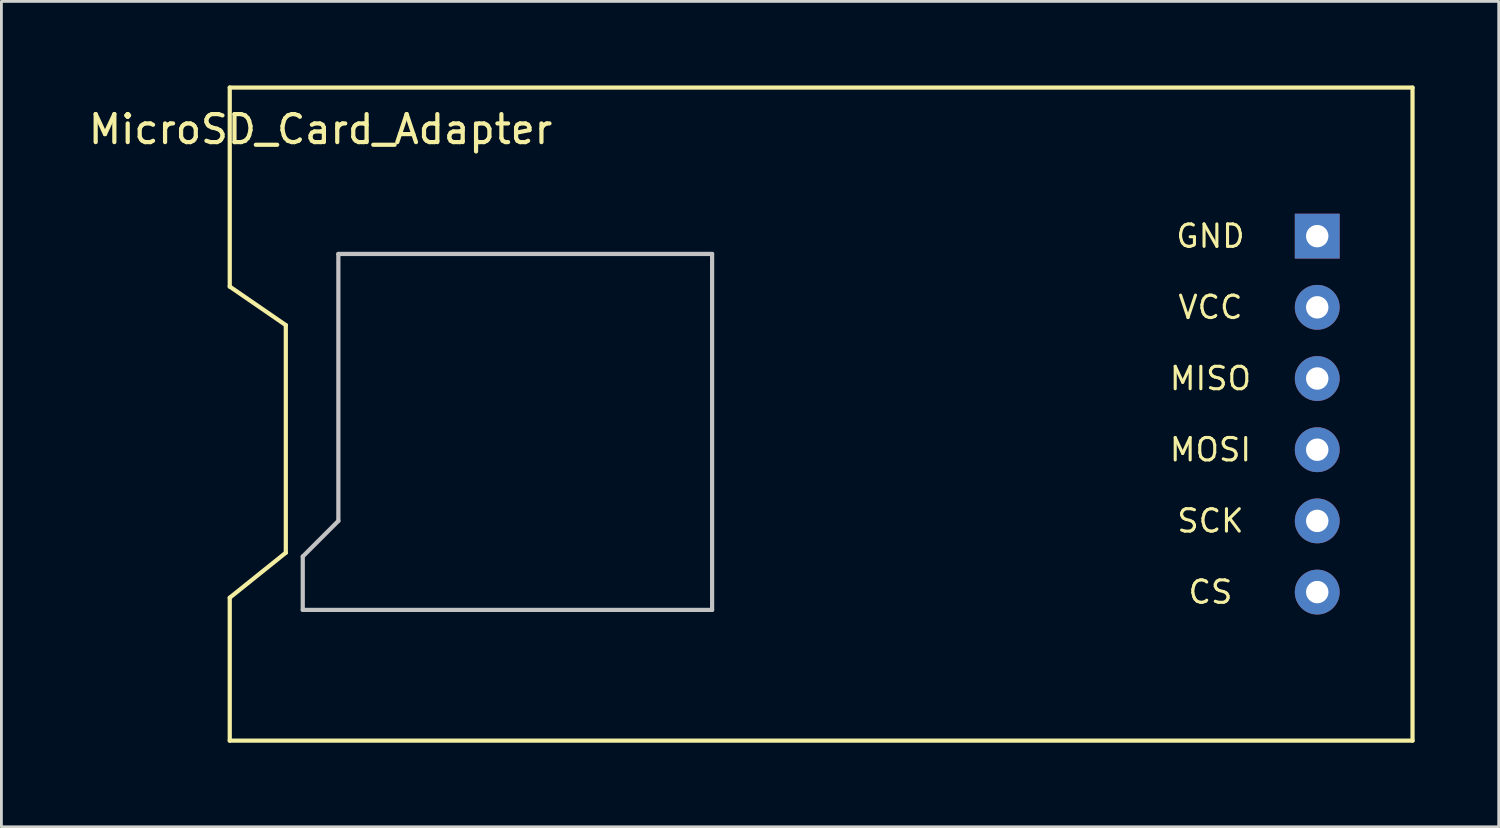
<source format=kicad_pcb>
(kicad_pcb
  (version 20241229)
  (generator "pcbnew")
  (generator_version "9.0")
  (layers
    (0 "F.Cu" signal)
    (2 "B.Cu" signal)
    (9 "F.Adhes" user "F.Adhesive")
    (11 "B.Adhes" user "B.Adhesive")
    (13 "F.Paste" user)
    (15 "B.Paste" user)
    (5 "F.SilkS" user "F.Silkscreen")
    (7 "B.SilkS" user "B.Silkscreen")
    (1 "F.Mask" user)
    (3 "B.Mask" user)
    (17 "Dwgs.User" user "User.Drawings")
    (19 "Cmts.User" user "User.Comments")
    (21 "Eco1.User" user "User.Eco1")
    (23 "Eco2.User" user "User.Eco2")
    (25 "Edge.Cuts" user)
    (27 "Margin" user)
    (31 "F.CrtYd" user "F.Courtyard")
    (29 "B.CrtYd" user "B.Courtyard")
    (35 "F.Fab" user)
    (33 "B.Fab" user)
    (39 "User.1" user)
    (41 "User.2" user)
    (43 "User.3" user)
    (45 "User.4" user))
  (footprint "MicroSD_Card_Adapter"
    (layer "F.Cu")
    (at 43.947 11.725)
    (property "Reference" "MicroSD_Card_Adapter" (at -35.56 -10.16 0) (layer "F.SilkS") (effects (font (size 1 1) (thickness 0.15))))
    (attr through_hole)
    (fp_line (start -38.8 -11.65) (end -38.8 -4.55) (stroke (width 0.15) (type solid)) (layer "F.SilkS"))
    (fp_line (start -38.8 -4.55) (end -36.8 -3.175) (stroke (width 0.15) (type solid)) (layer "F.SilkS"))
    (fp_line (start -38.8 6.55) (end -36.8 4.945) (stroke (width 0.15) (type solid)) (layer "F.SilkS"))
    (fp_line (start -38.8 11.65) (end -38.8 6.55) (stroke (width 0.15) (type solid)) (layer "F.SilkS"))
    (fp_line (start -36.8 4.945) (end -36.8 -3.175) (stroke (width 0.15) (type solid)) (layer "F.SilkS"))
    (fp_line (start 3.4 -11.65) (end -38.8 -11.65) (stroke (width 0.15) (type solid)) (layer "F.SilkS"))
    (fp_line (start 3.4 -11.65) (end 3.4 11.65) (stroke (width 0.15) (type solid)) (layer "F.SilkS"))
    (fp_line (start 3.4 11.65) (end -38.8 11.65) (stroke (width 0.15) (type solid)) (layer "F.SilkS"))
    (fp_line (start -36.195 5.08) (end -36.195 6.985) (stroke (width 0.15) (type solid)) (layer "Dwgs.User"))
    (fp_line (start -36.195 6.985) (end -21.59 6.985) (stroke (width 0.15) (type solid)) (layer "Dwgs.User"))
    (fp_line (start -34.925 -5.715) (end -34.925 3.81) (stroke (width 0.15) (type solid)) (layer "Dwgs.User"))
    (fp_line (start -34.925 3.81) (end -36.195 5.08) (stroke (width 0.15) (type solid)) (layer "Dwgs.User"))
    (fp_line (start -21.59 -5.715) (end -34.925 -5.715) (stroke (width 0.15) (type solid)) (layer "Dwgs.User"))
    (fp_line (start -21.59 6.985) (end -21.59 -5.715) (stroke (width 0.15) (type solid)) (layer "Dwgs.User"))
    (fp_text user "MISO" (at -3.81 -1.27 0) (layer "F.SilkS") (effects (font (size 0.8 0.8) (thickness 0.11))))
    (fp_text user "MOSI" (at -3.81 1.27 0) (layer "F.SilkS") (effects (font (size 0.8 0.8) (thickness 0.11))))
    (fp_text user "GND" (at -3.81 -6.35 0) (layer "F.SilkS") (effects (font (size 0.8 0.8) (thickness 0.11))))
    (fp_text user "VCC" (at -3.81 -3.81 0) (layer "F.SilkS") (effects (font (size 0.8 0.8) (thickness 0.11))))
    (fp_text user "SCK" (at -3.81 3.81 0) (layer "F.SilkS") (effects (font (size 0.8 0.8) (thickness 0.11))))
    (fp_text user "CS" (at -3.81 6.35 0) (layer "F.SilkS") (effects (font (size 0.8 0.8) (thickness 0.11))))
    (pad "1" thru_hole circle (at 0 6.35) (size 1.6 1.6) (drill 0.8) (layers "*.Cu" "*.Mask"))
    (pad "2" thru_hole circle (at 0 3.81) (size 1.6 1.6) (drill 0.8) (layers "*.Cu" "*.Mask"))
    (pad "3" thru_hole circle (at 0 1.27) (size 1.6 1.6) (drill 0.8) (layers "*.Cu" "*.Mask"))
    (pad "4" thru_hole circle (at 0 -1.27) (size 1.6 1.6) (drill 0.8) (layers "*.Cu" "*.Mask"))
    (pad "5" thru_hole circle (at 0 -3.81) (size 1.6 1.6) (drill 0.8) (layers "*.Cu" "*.Mask"))
    (pad "6" thru_hole rect (at 0 -6.35) (size 1.6 1.6) (drill 0.8) (layers "*.Cu" "*.Mask")))
  (gr_rect
    (start -3 -3)
    (end 50.422 26.45)
    (stroke (width 0.1) (type default))
    (fill no)
    (layer "Edge.Cuts")))
</source>
